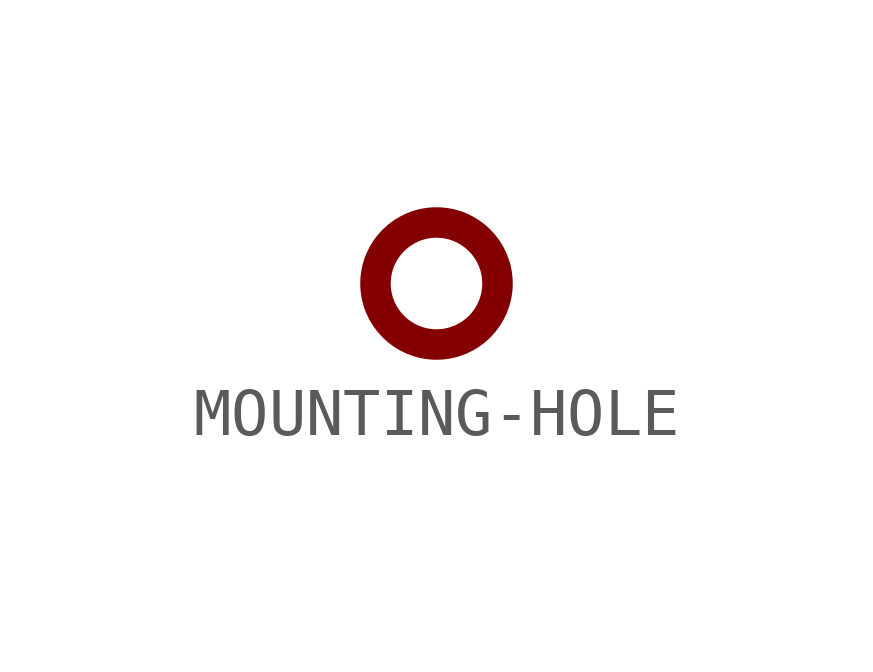
<source format=kicad_sym>
(kicad_symbol_lib
  (version 20211014)
  (generator kicad_symbol_editor)
  (symbol "MOUNTING-HOLE"
    (pin_names
      (offset 1.016))
    (property "Reference" "M"
      (at 2.54 0 0)
      (effects (font (size 1.016 1.016)) hide))
    (symbol "MOUNTING-HOLE_0_1"
      (circle (center 0 0) (radius 1.27) (stroke (width 0.635) (type default) (color 0 0 0 0)) (fill (type none))))
    (symbol "MOUNTING-HOLE_1_1"
      (pin unspecified line (at 0 0 180) (length 0) hide (name "~" (effects (font (size 1.27 1.27)))) (number "1" (effects (font (size 1.27 1.27))))))))
</source>
